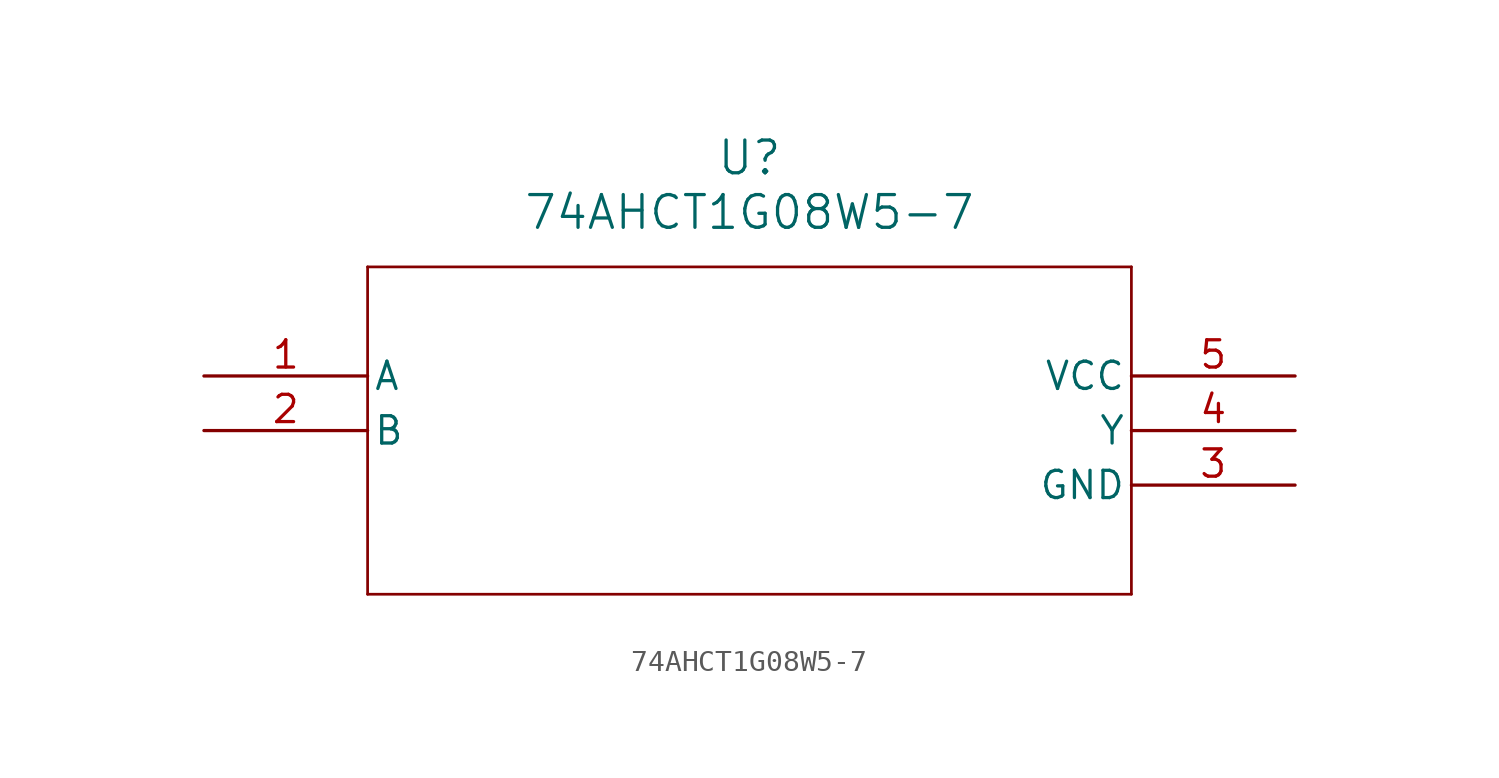
<source format=kicad_sym>
(kicad_symbol_lib
  (version 20211014)
  (generator kicad_symbol_editor)
  (symbol "74AHCT1G08W5-7"
    (pin_names
      (offset 0.254))
    (property "Reference" "U"
      (at 25.4 10.16 0)
      (effects (font (size 1.524 1.524))))
    (property "Value" "74AHCT1G08W5-7"
      (at 25.4 7.62 0)
      (effects (font (size 1.524 1.524))))
    (symbol "74AHCT1G08W5-7_0_1"
      (polyline (pts (xy 7.62 5.08) (xy 7.62 -10.16)) (stroke (width 0.127) (type default) (color 0 0 0 0)) (fill (type none)))
      (polyline (pts (xy 7.62 -10.16) (xy 43.18 -10.16)) (stroke (width 0.127) (type default) (color 0 0 0 0)) (fill (type none)))
      (polyline (pts (xy 43.18 -10.16) (xy 43.18 5.08)) (stroke (width 0.127) (type default) (color 0 0 0 0)) (fill (type none)))
      (polyline (pts (xy 43.18 5.08) (xy 7.62 5.08)) (stroke (width 0.127) (type default) (color 0 0 0 0)) (fill (type none)))
      (pin input line (at 0 0 0) (length 7.62) (name "A" (effects (font (size 1.27 1.27)))) (number "1" (effects (font (size 1.27 1.27)))))
      (pin input line (at 0 -2.54 0) (length 7.62) (name "B" (effects (font (size 1.27 1.27)))) (number "2" (effects (font (size 1.27 1.27)))))
      (pin power_in line (at 50.8 -5.08 180) (length 7.62) (name "GND" (effects (font (size 1.27 1.27)))) (number "3" (effects (font (size 1.27 1.27)))))
      (pin output line (at 50.8 -2.54 180) (length 7.62) (name "Y" (effects (font (size 1.27 1.27)))) (number "4" (effects (font (size 1.27 1.27)))))
      (pin power_in line (at 50.8 0 180) (length 7.62) (name "VCC" (effects (font (size 1.27 1.27)))) (number "5" (effects (font (size 1.27 1.27))))))))
</source>
